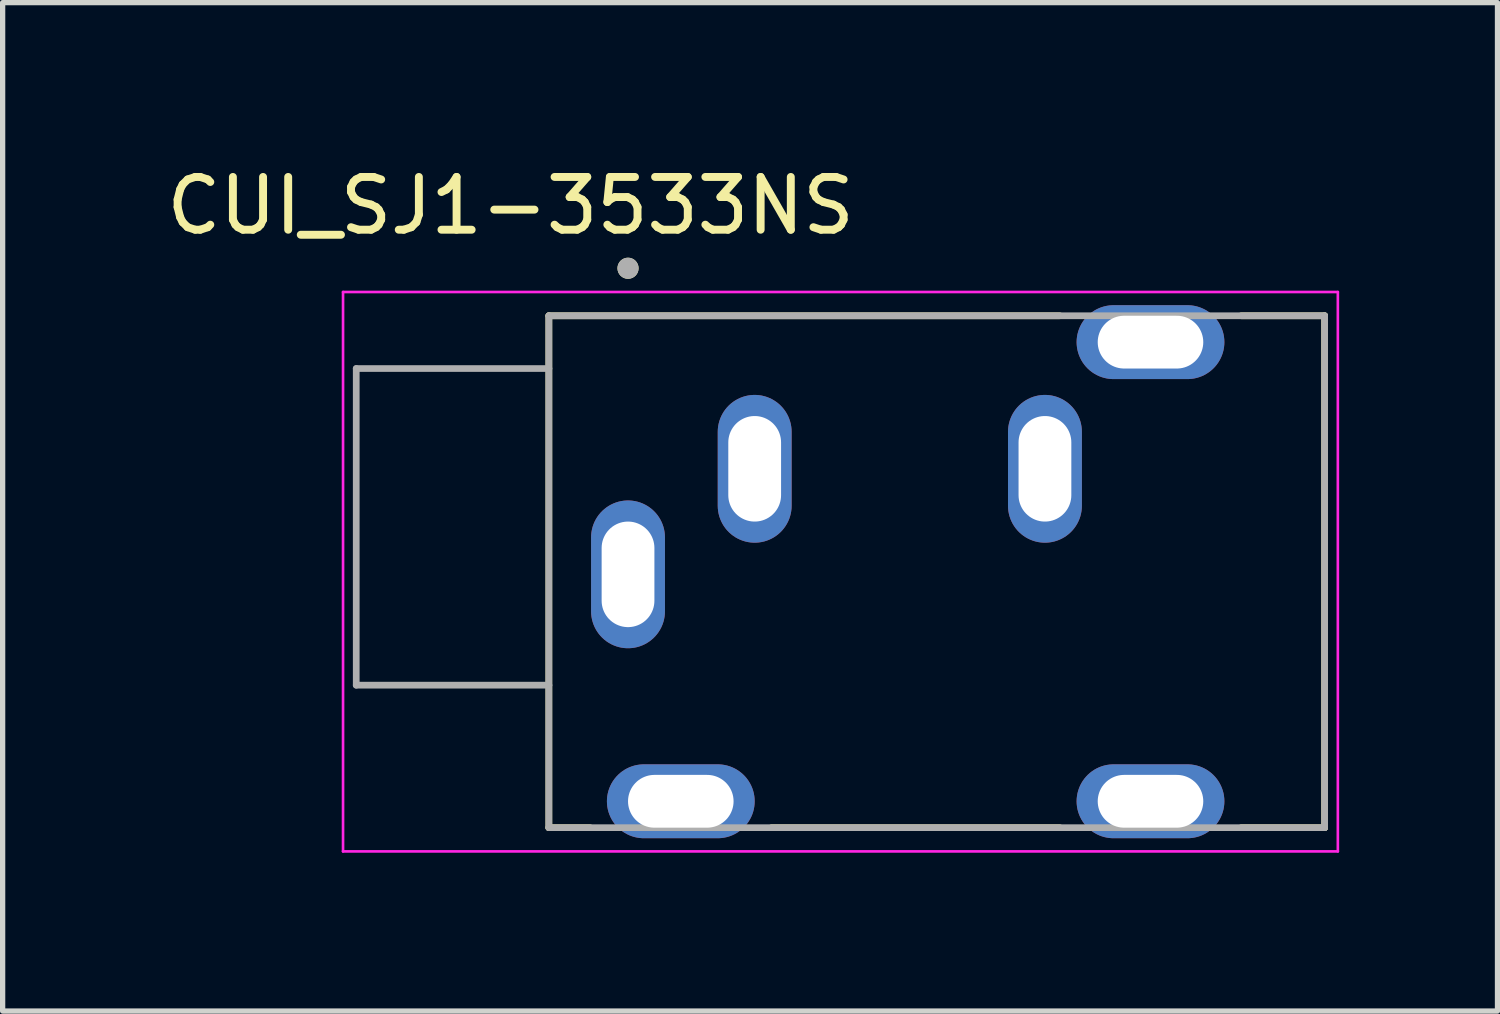
<source format=kicad_pcb>
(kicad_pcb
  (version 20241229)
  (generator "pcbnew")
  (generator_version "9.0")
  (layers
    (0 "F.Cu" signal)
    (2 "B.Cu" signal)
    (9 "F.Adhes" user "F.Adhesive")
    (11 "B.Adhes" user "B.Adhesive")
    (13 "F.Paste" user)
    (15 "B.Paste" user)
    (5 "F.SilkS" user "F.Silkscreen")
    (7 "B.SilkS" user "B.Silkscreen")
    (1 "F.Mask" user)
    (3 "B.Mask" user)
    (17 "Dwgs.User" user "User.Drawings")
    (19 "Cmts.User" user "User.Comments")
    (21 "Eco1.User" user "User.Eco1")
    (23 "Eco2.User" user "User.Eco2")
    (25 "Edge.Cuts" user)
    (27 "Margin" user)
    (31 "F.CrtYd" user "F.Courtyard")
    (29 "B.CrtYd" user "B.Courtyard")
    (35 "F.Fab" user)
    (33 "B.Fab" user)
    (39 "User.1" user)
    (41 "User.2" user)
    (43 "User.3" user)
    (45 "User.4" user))
  (footprint "CUI_SJ1-3533NS"
    (layer "F.Cu")
    (at 8.85 7.833)
    (property "Reference" "CUI_SJ1-3533NS" (at -2.225 -6.985 0) (layer "F.SilkS") (effects (font (size 1 1) (thickness 0.15))))
    (attr through_hole)
    (fp_line (start -1.5 -4.9) (end 8.18 -4.9) (stroke (width 0.127) (type solid)) (layer "F.SilkS"))
    (fp_line (start -1.5 4.8) (end -1.5 -4.9) (stroke (width 0.127) (type solid)) (layer "F.SilkS"))
    (fp_line (start -0.72 4.8) (end -1.5 4.8) (stroke (width 0.127) (type solid)) (layer "F.SilkS"))
    (fp_line (start 2.72 4.8) (end 8.18 4.8) (stroke (width 0.127) (type solid)) (layer "F.SilkS"))
    (fp_line (start 11.62 -4.9) (end 13.2 -4.9) (stroke (width 0.127) (type solid)) (layer "F.SilkS"))
    (fp_line (start 13.2 -4.9) (end 13.2 4.8) (stroke (width 0.127) (type solid)) (layer "F.SilkS"))
    (fp_line (start 13.2 4.8) (end 11.62 4.8) (stroke (width 0.127) (type solid)) (layer "F.SilkS"))
    (fp_circle (center 0 -5.8) (end 0.1 -5.8) (stroke (width 0.2) (type solid)) (fill no) (layer "F.SilkS"))
    (fp_line (start -5.4 -5.35) (end -5.4 5.25) (stroke (width 0.05) (type solid)) (layer "F.CrtYd"))
    (fp_line (start -5.4 5.25) (end 13.45 5.25) (stroke (width 0.05) (type solid)) (layer "F.CrtYd"))
    (fp_line (start 13.45 -5.35) (end -5.4 -5.35) (stroke (width 0.05) (type solid)) (layer "F.CrtYd"))
    (fp_line (start 13.45 5.25) (end 13.45 -5.35) (stroke (width 0.05) (type solid)) (layer "F.CrtYd"))
    (fp_line (start -5.15 -3.9) (end -1.5 -3.9) (stroke (width 0.127) (type solid)) (layer "F.Fab"))
    (fp_line (start -5.15 2.1) (end -5.15 -3.9) (stroke (width 0.127) (type solid)) (layer "F.Fab"))
    (fp_line (start -1.5 -4.9) (end 13.2 -4.9) (stroke (width 0.127) (type solid)) (layer "F.Fab"))
    (fp_line (start -1.5 -3.9) (end -1.5 -4.9) (stroke (width 0.127) (type solid)) (layer "F.Fab"))
    (fp_line (start -1.5 2.1) (end -5.15 2.1) (stroke (width 0.127) (type solid)) (layer "F.Fab"))
    (fp_line (start -1.5 2.1) (end -1.5 -3.9) (stroke (width 0.127) (type solid)) (layer "F.Fab"))
    (fp_line (start -1.5 4.8) (end -1.5 2.1) (stroke (width 0.127) (type solid)) (layer "F.Fab"))
    (fp_line (start 13.2 -4.9) (end 13.2 4.8) (stroke (width 0.127) (type solid)) (layer "F.Fab"))
    (fp_line (start 13.2 4.8) (end -1.5 4.8) (stroke (width 0.127) (type solid)) (layer "F.Fab"))
    (fp_circle (center 0 -5.8) (end 0.1 -5.8) (stroke (width 0.2) (type solid)) (fill no) (layer "F.Fab"))
    (pad "1" thru_hole oval (at 0 0) (size 1.4 2.8) (drill oval 1 2) (layers "*.Cu" "*.Mask"))
    (pad "2" thru_hole oval (at 2.4 -2) (size 1.4 2.8) (drill oval 1 2) (layers "*.Cu" "*.Mask"))
    (pad "3" thru_hole oval (at 7.9 -2) (size 1.4 2.8) (drill oval 1 2) (layers "*.Cu" "*.Mask"))
    (pad "SH1" thru_hole oval (at 1 4.3) (size 2.8 1.4) (drill oval 2 1) (layers "*.Cu" "*.Mask"))
    (pad "SH2" thru_hole oval (at 9.9 4.3) (size 2.8 1.4) (drill oval 2 1) (layers "*.Cu" "*.Mask"))
    (pad "SH3" thru_hole oval (at 9.9 -4.4) (size 2.8 1.4) (drill oval 2 1) (layers "*.Cu" "*.Mask")))
  (gr_rect
    (start -3 -3)
    (end 25.325 16.108)
    (stroke (width 0.1) (type default))
    (fill no)
    (layer "Edge.Cuts")))
</source>
